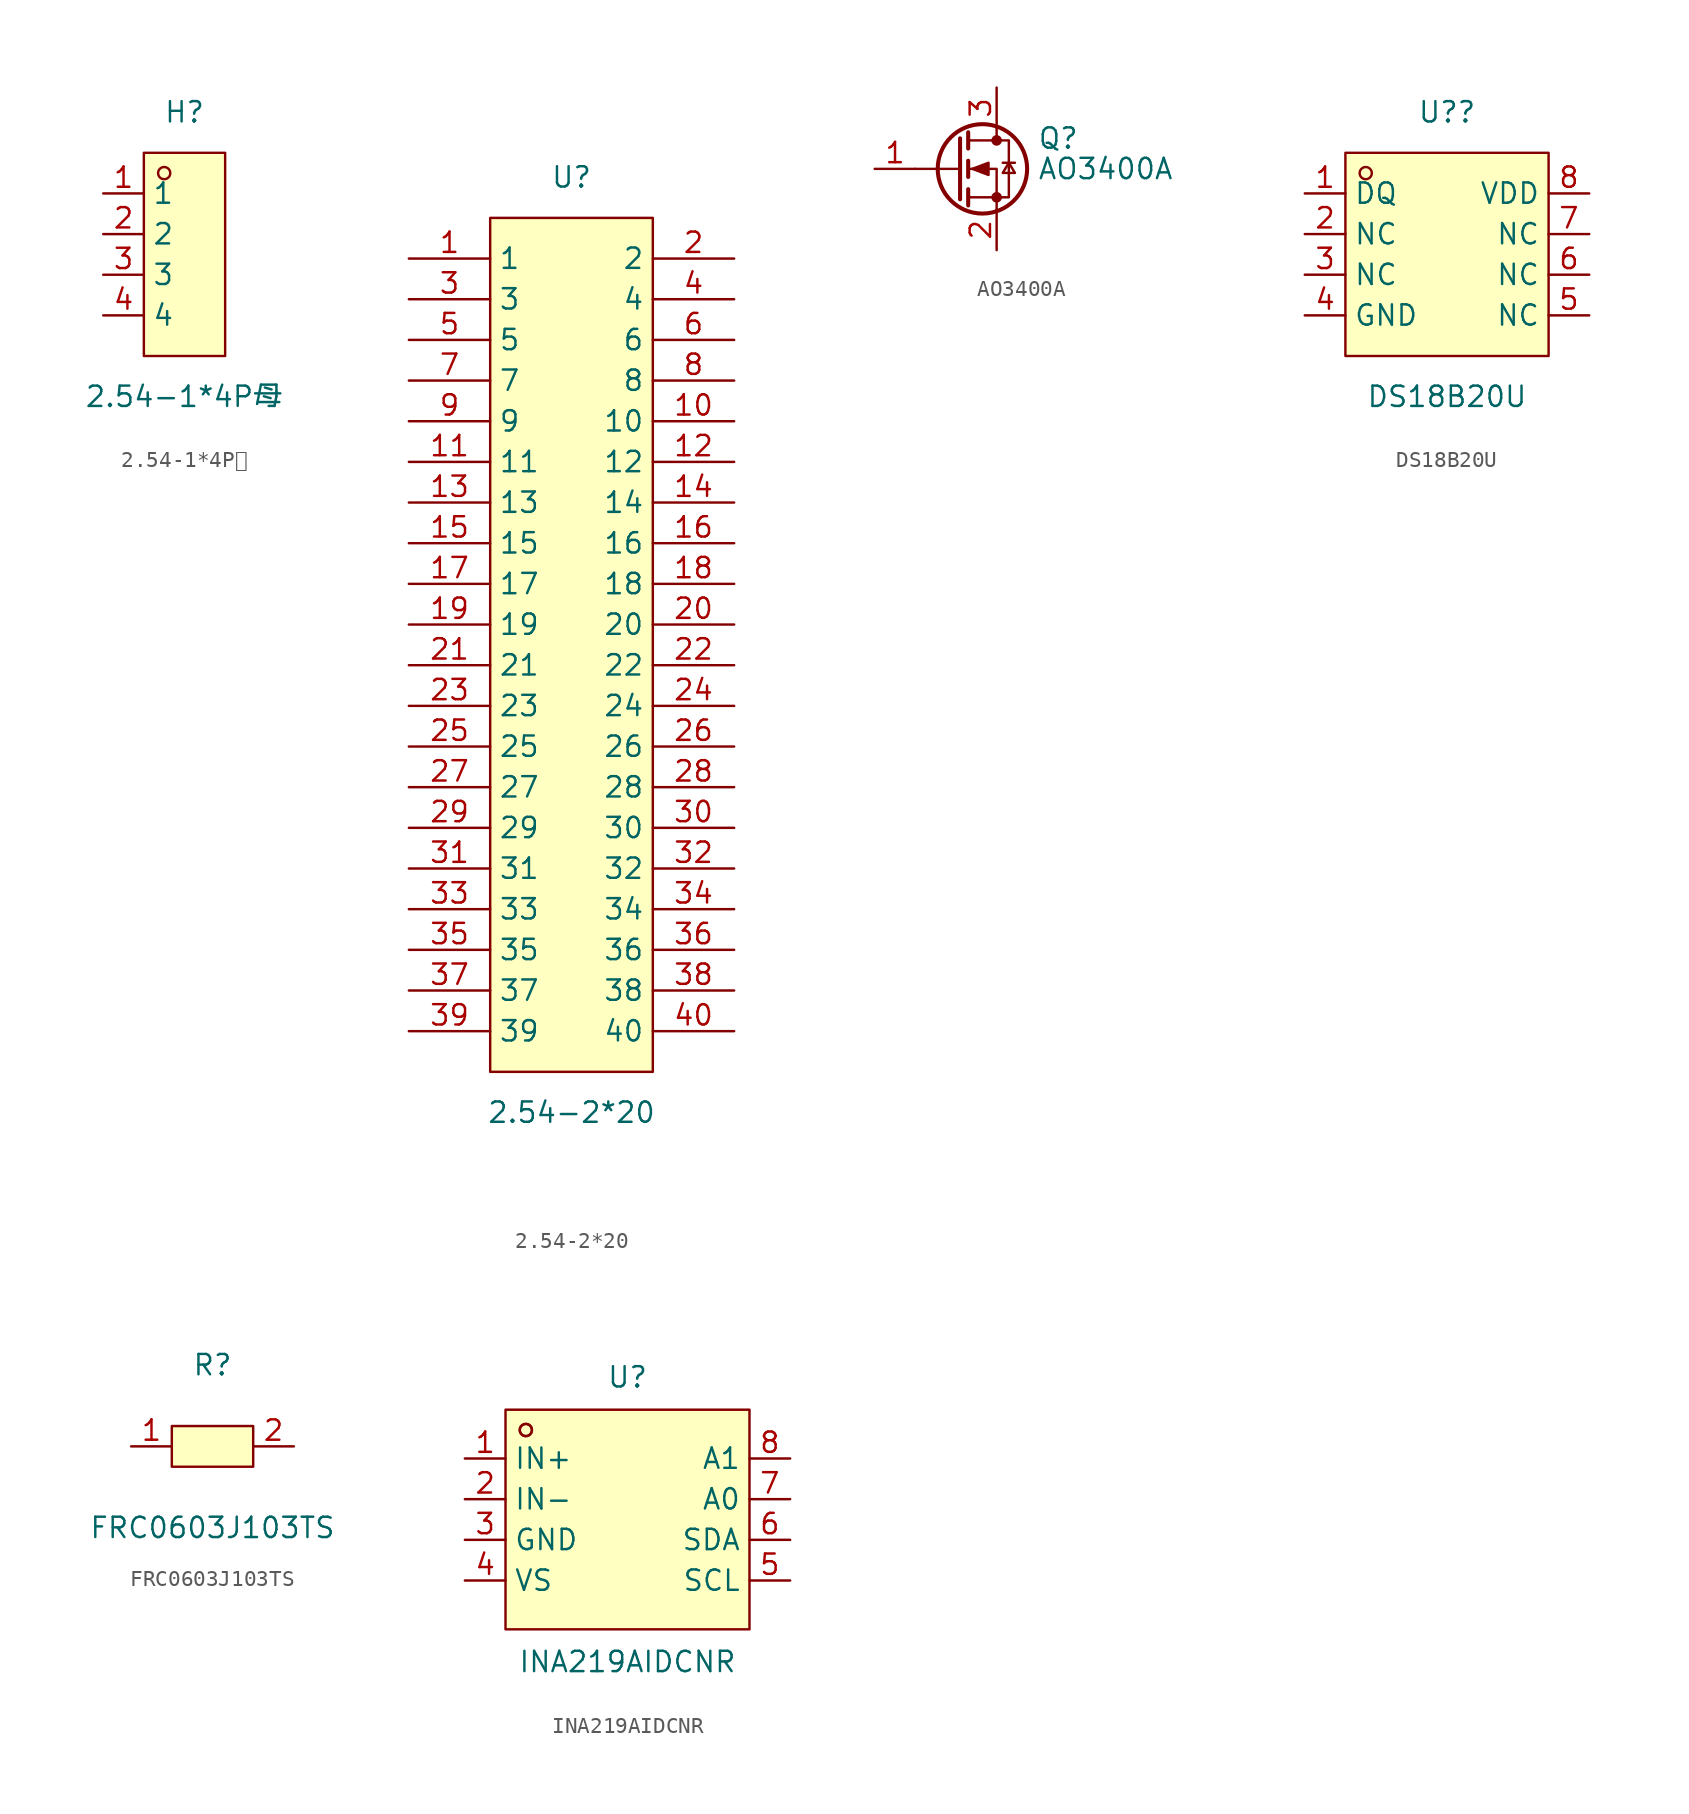
<source format=kicad_sym>
(kicad_symbol_lib
  (version 20241209)
  (generator "kicad_symbol_editor")
  (generator_version "9.0")
  (symbol "2.54-1*4P母"
    (property "Reference" "H"
      (at 0 8.89 0)
      (effects (font (size 1.27 1.27))))
    (property "Value" "2.54-1*4P母"
      (at 0 -8.89 0)
      (effects (font (size 1.27 1.27))))
    (symbol "2.54-1*4P母_0_1"
      (rectangle (start -2.54 6.35) (end 2.54 -6.35) (stroke (width 0) (type default)) (fill (type background)))
      (circle (center -1.27 5.08) (radius 0.38) (stroke (width 0) (type default)) (fill (type none)))
      (pin unspecified line (at -5.08 3.81 0) (length 2.54) (name "1" (effects (font (size 1.27 1.27)))) (number "1" (effects (font (size 1.27 1.27)))))
      (pin unspecified line (at -5.08 1.27 0) (length 2.54) (name "2" (effects (font (size 1.27 1.27)))) (number "2" (effects (font (size 1.27 1.27)))))
      (pin unspecified line (at -5.08 -1.27 0) (length 2.54) (name "3" (effects (font (size 1.27 1.27)))) (number "3" (effects (font (size 1.27 1.27)))))
      (pin unspecified line (at -5.08 -3.81 0) (length 2.54) (name "4" (effects (font (size 1.27 1.27)))) (number "4" (effects (font (size 1.27 1.27)))))))
  (symbol "2.54-2*20"
    (property "Reference" "U"
      (at 0 30.48 0)
      (effects (font (size 1.27 1.27))))
    (property "Value" "2.54-2*20"
      (at 0 -27.94 0)
      (effects (font (size 1.27 1.27))))
    (symbol "2.54-2*20_0_1"
      (rectangle (start -5.08 27.94) (end 5.08 -25.4) (stroke (width 0) (type default)) (fill (type background)))
      (pin unspecified line (at -10.16 25.4 0) (length 5.08) (name "1" (effects (font (size 1.27 1.27)))) (number "1" (effects (font (size 1.27 1.27)))))
      (pin unspecified line (at -10.16 22.86 0) (length 5.08) (name "3" (effects (font (size 1.27 1.27)))) (number "3" (effects (font (size 1.27 1.27)))))
      (pin unspecified line (at -10.16 20.32 0) (length 5.08) (name "5" (effects (font (size 1.27 1.27)))) (number "5" (effects (font (size 1.27 1.27)))))
      (pin unspecified line (at -10.16 17.78 0) (length 5.08) (name "7" (effects (font (size 1.27 1.27)))) (number "7" (effects (font (size 1.27 1.27)))))
      (pin unspecified line (at -10.16 15.24 0) (length 5.08) (name "9" (effects (font (size 1.27 1.27)))) (number "9" (effects (font (size 1.27 1.27)))))
      (pin unspecified line (at -10.16 12.7 0) (length 5.08) (name "11" (effects (font (size 1.27 1.27)))) (number "11" (effects (font (size 1.27 1.27)))))
      (pin unspecified line (at -10.16 10.16 0) (length 5.08) (name "13" (effects (font (size 1.27 1.27)))) (number "13" (effects (font (size 1.27 1.27)))))
      (pin unspecified line (at -10.16 7.62 0) (length 5.08) (name "15" (effects (font (size 1.27 1.27)))) (number "15" (effects (font (size 1.27 1.27)))))
      (pin unspecified line (at -10.16 5.08 0) (length 5.08) (name "17" (effects (font (size 1.27 1.27)))) (number "17" (effects (font (size 1.27 1.27)))))
      (pin unspecified line (at -10.16 2.54 0) (length 5.08) (name "19" (effects (font (size 1.27 1.27)))) (number "19" (effects (font (size 1.27 1.27)))))
      (pin unspecified line (at -10.16 0 0) (length 5.08) (name "21" (effects (font (size 1.27 1.27)))) (number "21" (effects (font (size 1.27 1.27)))))
      (pin unspecified line (at -10.16 -2.54 0) (length 5.08) (name "23" (effects (font (size 1.27 1.27)))) (number "23" (effects (font (size 1.27 1.27)))))
      (pin unspecified line (at -10.16 -5.08 0) (length 5.08) (name "25" (effects (font (size 1.27 1.27)))) (number "25" (effects (font (size 1.27 1.27)))))
      (pin unspecified line (at -10.16 -7.62 0) (length 5.08) (name "27" (effects (font (size 1.27 1.27)))) (number "27" (effects (font (size 1.27 1.27)))))
      (pin unspecified line (at -10.16 -10.16 0) (length 5.08) (name "29" (effects (font (size 1.27 1.27)))) (number "29" (effects (font (size 1.27 1.27)))))
      (pin unspecified line (at -10.16 -12.7 0) (length 5.08) (name "31" (effects (font (size 1.27 1.27)))) (number "31" (effects (font (size 1.27 1.27)))))
      (pin unspecified line (at -10.16 -15.24 0) (length 5.08) (name "33" (effects (font (size 1.27 1.27)))) (number "33" (effects (font (size 1.27 1.27)))))
      (pin unspecified line (at -10.16 -17.78 0) (length 5.08) (name "35" (effects (font (size 1.27 1.27)))) (number "35" (effects (font (size 1.27 1.27)))))
      (pin unspecified line (at -10.16 -20.32 0) (length 5.08) (name "37" (effects (font (size 1.27 1.27)))) (number "37" (effects (font (size 1.27 1.27)))))
      (pin unspecified line (at -10.16 -22.86 0) (length 5.08) (name "39" (effects (font (size 1.27 1.27)))) (number "39" (effects (font (size 1.27 1.27)))))
      (pin unspecified line (at 10.16 25.4 180) (length 5.08) (name "2" (effects (font (size 1.27 1.27)))) (number "2" (effects (font (size 1.27 1.27)))))
      (pin unspecified line (at 10.16 22.86 180) (length 5.08) (name "4" (effects (font (size 1.27 1.27)))) (number "4" (effects (font (size 1.27 1.27)))))
      (pin unspecified line (at 10.16 20.32 180) (length 5.08) (name "6" (effects (font (size 1.27 1.27)))) (number "6" (effects (font (size 1.27 1.27)))))
      (pin unspecified line (at 10.16 17.78 180) (length 5.08) (name "8" (effects (font (size 1.27 1.27)))) (number "8" (effects (font (size 1.27 1.27)))))
      (pin unspecified line (at 10.16 15.24 180) (length 5.08) (name "10" (effects (font (size 1.27 1.27)))) (number "10" (effects (font (size 1.27 1.27)))))
      (pin unspecified line (at 10.16 12.7 180) (length 5.08) (name "12" (effects (font (size 1.27 1.27)))) (number "12" (effects (font (size 1.27 1.27)))))
      (pin unspecified line (at 10.16 10.16 180) (length 5.08) (name "14" (effects (font (size 1.27 1.27)))) (number "14" (effects (font (size 1.27 1.27)))))
      (pin unspecified line (at 10.16 7.62 180) (length 5.08) (name "16" (effects (font (size 1.27 1.27)))) (number "16" (effects (font (size 1.27 1.27)))))
      (pin unspecified line (at 10.16 5.08 180) (length 5.08) (name "18" (effects (font (size 1.27 1.27)))) (number "18" (effects (font (size 1.27 1.27)))))
      (pin unspecified line (at 10.16 2.54 180) (length 5.08) (name "20" (effects (font (size 1.27 1.27)))) (number "20" (effects (font (size 1.27 1.27)))))
      (pin unspecified line (at 10.16 0 180) (length 5.08) (name "22" (effects (font (size 1.27 1.27)))) (number "22" (effects (font (size 1.27 1.27)))))
      (pin unspecified line (at 10.16 -2.54 180) (length 5.08) (name "24" (effects (font (size 1.27 1.27)))) (number "24" (effects (font (size 1.27 1.27)))))
      (pin unspecified line (at 10.16 -5.08 180) (length 5.08) (name "26" (effects (font (size 1.27 1.27)))) (number "26" (effects (font (size 1.27 1.27)))))
      (pin unspecified line (at 10.16 -7.62 180) (length 5.08) (name "28" (effects (font (size 1.27 1.27)))) (number "28" (effects (font (size 1.27 1.27)))))
      (pin unspecified line (at 10.16 -10.16 180) (length 5.08) (name "30" (effects (font (size 1.27 1.27)))) (number "30" (effects (font (size 1.27 1.27)))))
      (pin unspecified line (at 10.16 -12.7 180) (length 5.08) (name "32" (effects (font (size 1.27 1.27)))) (number "32" (effects (font (size 1.27 1.27)))))
      (pin unspecified line (at 10.16 -15.24 180) (length 5.08) (name "34" (effects (font (size 1.27 1.27)))) (number "34" (effects (font (size 1.27 1.27)))))
      (pin unspecified line (at 10.16 -17.78 180) (length 5.08) (name "36" (effects (font (size 1.27 1.27)))) (number "36" (effects (font (size 1.27 1.27)))))
      (pin unspecified line (at 10.16 -20.32 180) (length 5.08) (name "38" (effects (font (size 1.27 1.27)))) (number "38" (effects (font (size 1.27 1.27)))))
      (pin unspecified line (at 10.16 -22.86 180) (length 5.08) (name "40" (effects (font (size 1.27 1.27)))) (number "40" (effects (font (size 1.27 1.27)))))))
  (symbol "AO3400A"
    (pin_names
      (offset 0)
      (hide yes))
    (property "Reference" "Q"
      (at 5.08 1.905 0)
      (effects (font (size 1.27 1.27)) (justify left)))
    (property "Value" "AO3400A"
      (at 5.08 0 0)
      (effects (font (size 1.27 1.27)) (justify left)))
    (symbol "AO3400A_0_1"
      (polyline (pts (xy 0.254 1.905) (xy 0.254 -1.905)) (stroke (width 0.254) (type default)) (fill (type none)))
      (polyline (pts (xy 0.254 0) (xy -2.54 0)) (stroke (width 0) (type default)) (fill (type none)))
      (polyline (pts (xy 0.762 2.286) (xy 0.762 1.27)) (stroke (width 0.254) (type default)) (fill (type none)))
      (polyline (pts (xy 0.762 0.508) (xy 0.762 -0.508)) (stroke (width 0.254) (type default)) (fill (type none)))
      (polyline (pts (xy 0.762 -1.27) (xy 0.762 -2.286)) (stroke (width 0.254) (type default)) (fill (type none)))
      (polyline (pts (xy 0.762 -1.778) (xy 3.302 -1.778) (xy 3.302 1.778) (xy 0.762 1.778)) (stroke (width 0) (type default)) (fill (type none)))
      (polyline (pts (xy 1.016 0) (xy 2.032 0.381) (xy 2.032 -0.381) (xy 1.016 0)) (stroke (width 0) (type default)) (fill (type outline)))
      (circle (center 1.651 0) (radius 2.794) (stroke (width 0.254) (type default)) (fill (type none)))
      (polyline (pts (xy 2.54 2.54) (xy 2.54 1.778)) (stroke (width 0) (type default)) (fill (type none)))
      (circle (center 2.54 1.778) (radius 0.254) (stroke (width 0) (type default)) (fill (type outline)))
      (circle (center 2.54 -1.778) (radius 0.254) (stroke (width 0) (type default)) (fill (type outline)))
      (polyline (pts (xy 2.54 -2.54) (xy 2.54 0) (xy 0.762 0)) (stroke (width 0) (type default)) (fill (type none)))
      (polyline (pts (xy 2.921 0.381) (xy 3.683 0.381)) (stroke (width 0) (type default)) (fill (type none)))
      (polyline (pts (xy 3.302 0.381) (xy 2.921 -0.254) (xy 3.683 -0.254) (xy 3.302 0.381)) (stroke (width 0) (type default)) (fill (type none))))
    (symbol "AO3400A_1_1"
      (pin input line (at -5.08 0 0) (length 2.54) (name "G" (effects (font (size 1.27 1.27)))) (number "1" (effects (font (size 1.27 1.27)))))
      (pin passive line (at 2.54 5.08 270) (length 2.54) (name "D" (effects (font (size 1.27 1.27)))) (number "3" (effects (font (size 1.27 1.27)))))
      (pin passive line (at 2.54 -5.08 90) (length 2.54) (name "S" (effects (font (size 1.27 1.27)))) (number "2" (effects (font (size 1.27 1.27)))))))
  (symbol "DS18B20U"
    (property "Reference" "U?"
      (at 0 8.89 0)
      (effects (font (size 1.27 1.27))))
    (property "Value" "DS18B20U"
      (at 0 -8.89 0)
      (effects (font (size 1.27 1.27))))
    (symbol "DS18B20U_0_1"
      (rectangle (start -6.35 6.35) (end 6.35 -6.35) (stroke (width 0) (type default)) (fill (type background)))
      (circle (center -5.08 5.08) (radius 0.38) (stroke (width 0) (type default)) (fill (type none)))
      (pin unspecified line (at -8.89 3.81 0) (length 2.54) (name "DQ" (effects (font (size 1.27 1.27)))) (number "1" (effects (font (size 1.27 1.27)))))
      (pin unspecified line (at -8.89 1.27 0) (length 2.54) (name "NC" (effects (font (size 1.27 1.27)))) (number "2" (effects (font (size 1.27 1.27)))))
      (pin unspecified line (at -8.89 -1.27 0) (length 2.54) (name "NC" (effects (font (size 1.27 1.27)))) (number "3" (effects (font (size 1.27 1.27)))))
      (pin unspecified line (at -8.89 -3.81 0) (length 2.54) (name "GND" (effects (font (size 1.27 1.27)))) (number "4" (effects (font (size 1.27 1.27)))))
      (pin unspecified line (at 8.89 3.81 180) (length 2.54) (name "VDD" (effects (font (size 1.27 1.27)))) (number "8" (effects (font (size 1.27 1.27)))))
      (pin unspecified line (at 8.89 1.27 180) (length 2.54) (name "NC" (effects (font (size 1.27 1.27)))) (number "7" (effects (font (size 1.27 1.27)))))
      (pin unspecified line (at 8.89 -1.27 180) (length 2.54) (name "NC" (effects (font (size 1.27 1.27)))) (number "6" (effects (font (size 1.27 1.27)))))
      (pin unspecified line (at 8.89 -3.81 180) (length 2.54) (name "NC" (effects (font (size 1.27 1.27)))) (number "5" (effects (font (size 1.27 1.27)))))))
  (symbol "FRC0603J103TS"
    (pin_names
      (hide yes))
    (property "Reference" "R"
      (at 0 5.08 0)
      (effects (font (size 1.27 1.27))))
    (property "Value" "FRC0603J103TS"
      (at 0 -5.08 0)
      (effects (font (size 1.27 1.27))))
    (symbol "FRC0603J103TS_0_1"
      (rectangle (start -2.54 1.27) (end 2.54 -1.27) (stroke (width 0) (type default)) (fill (type background)))
      (pin unspecified line (at -5.08 0 0) (length 2.54) (name "1" (effects (font (size 1.27 1.27)))) (number "1" (effects (font (size 1.27 1.27)))))
      (pin unspecified line (at 5.08 0 180) (length 2.54) (name "2" (effects (font (size 1.27 1.27)))) (number "2" (effects (font (size 1.27 1.27)))))))
  (symbol "INA219AIDCNR"
    (property "Reference" "U"
      (at 0 8.89 0)
      (effects (font (size 1.27 1.27))))
    (property "Value" "INA219AIDCNR"
      (at 0 -8.89 0)
      (effects (font (size 1.27 1.27))))
    (symbol "INA219AIDCNR_0_1"
      (rectangle (start -7.62 6.86) (end 7.62 -6.86) (stroke (width 0) (type default)) (fill (type background)))
      (circle (center -6.35 5.59) (radius 0.38) (stroke (width 0) (type default)) (fill (type none)))
      (circle (center -6.35 5.59) (radius 0.38) (stroke (width 0) (type default)) (fill (type none)))
      (pin unspecified line (at -10.16 3.81 0) (length 2.54) (name "IN+" (effects (font (size 1.27 1.27)))) (number "1" (effects (font (size 1.27 1.27)))))
      (pin unspecified line (at -10.16 1.27 0) (length 2.54) (name "IN-" (effects (font (size 1.27 1.27)))) (number "2" (effects (font (size 1.27 1.27)))))
      (pin unspecified line (at -10.16 -1.27 0) (length 2.54) (name "GND" (effects (font (size 1.27 1.27)))) (number "3" (effects (font (size 1.27 1.27)))))
      (pin unspecified line (at -10.16 -3.81 0) (length 2.54) (name "VS" (effects (font (size 1.27 1.27)))) (number "4" (effects (font (size 1.27 1.27)))))
      (pin unspecified line (at 10.16 3.81 180) (length 2.54) (name "A1" (effects (font (size 1.27 1.27)))) (number "8" (effects (font (size 1.27 1.27)))))
      (pin unspecified line (at 10.16 1.27 180) (length 2.54) (name "A0" (effects (font (size 1.27 1.27)))) (number "7" (effects (font (size 1.27 1.27)))))
      (pin unspecified line (at 10.16 -1.27 180) (length 2.54) (name "SDA" (effects (font (size 1.27 1.27)))) (number "6" (effects (font (size 1.27 1.27)))))
      (pin unspecified line (at 10.16 -3.81 180) (length 2.54) (name "SCL" (effects (font (size 1.27 1.27)))) (number "5" (effects (font (size 1.27 1.27))))))))
</source>
